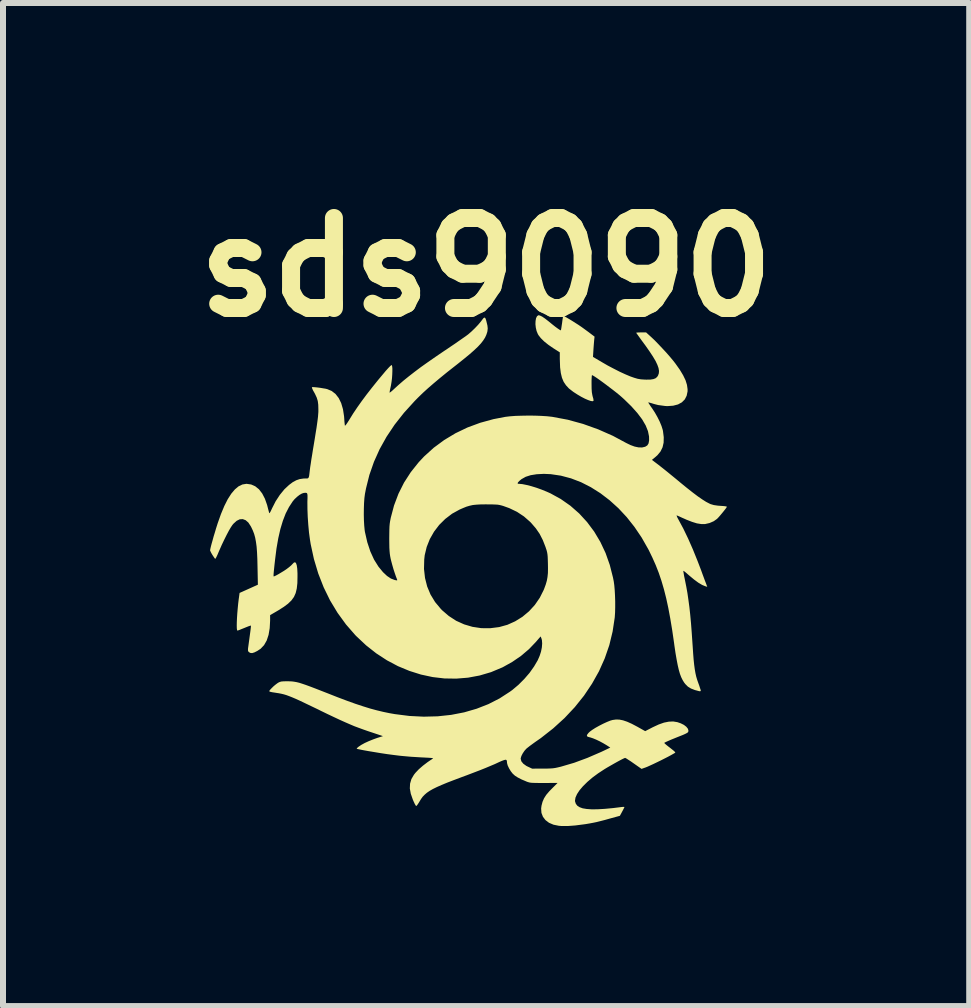
<source format=kicad_pcb>
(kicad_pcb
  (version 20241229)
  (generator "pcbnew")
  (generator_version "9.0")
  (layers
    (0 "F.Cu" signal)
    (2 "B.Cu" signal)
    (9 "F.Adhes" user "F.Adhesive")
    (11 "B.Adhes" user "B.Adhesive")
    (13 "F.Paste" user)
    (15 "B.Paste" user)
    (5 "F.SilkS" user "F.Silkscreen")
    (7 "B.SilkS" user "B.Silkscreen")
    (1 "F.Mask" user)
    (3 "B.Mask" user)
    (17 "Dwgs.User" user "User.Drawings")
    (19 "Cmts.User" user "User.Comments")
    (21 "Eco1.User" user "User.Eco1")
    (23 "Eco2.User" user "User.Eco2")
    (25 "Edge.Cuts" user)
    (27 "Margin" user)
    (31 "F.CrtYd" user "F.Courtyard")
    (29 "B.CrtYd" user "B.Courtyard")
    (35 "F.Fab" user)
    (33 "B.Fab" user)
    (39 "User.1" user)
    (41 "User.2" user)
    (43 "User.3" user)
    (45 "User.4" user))
  (footprint "sds9090"
    (layer "F.Cu")
    (at 5.05 6.382)
    (property "Reference" "sds9090" (at 0 -4.978 0) (layer "F.SilkS") (effects (font (size 1.5 1.5) (thickness 0.3))))
    (attr board_only exclude_from_pos_files exclude_from_bom)
    (fp_poly (pts (xy 0.895 -4.175) (xy 0.934 -4.156) (xy 0.984 -4.122) (xy 1.047 -4.073) (xy 1.049 -4.071) (xy 1.103 -4.027) (xy 1.151 -3.989) (xy 1.192 -3.959) (xy 1.223 -3.938) (xy 1.242 -3.928) (xy 1.245 -3.927) (xy 1.249 -3.94) (xy 1.254 -3.969) (xy 1.26 -4.01) (xy 1.266 -4.049) (xy 1.272 -4.097) (xy 1.278 -4.136) (xy 1.283 -4.162) (xy 1.285 -4.17) (xy 1.295 -4.166) (xy 1.32 -4.153) (xy 1.356 -4.132) (xy 1.4 -4.106) (xy 1.447 -4.077) (xy 1.494 -4.047) (xy 1.538 -4.019) (xy 1.575 -3.994) (xy 1.591 -3.983) (xy 1.627 -3.957) (xy 1.672 -3.924) (xy 1.717 -3.891) (xy 1.727 -3.883) (xy 1.807 -3.823) (xy 1.801 -3.768) (xy 1.798 -3.733) (xy 1.794 -3.684) (xy 1.79 -3.63) (xy 1.788 -3.599) (xy 1.781 -3.485) (xy 1.932 -3.396) (xy 2.029 -3.34) (xy 2.13 -3.287) (xy 2.228 -3.237) (xy 2.322 -3.194) (xy 2.405 -3.159) (xy 2.468 -3.137) (xy 2.526 -3.12) (xy 2.58 -3.111) (xy 2.641 -3.107) (xy 2.669 -3.106) (xy 2.738 -3.107) (xy 2.788 -3.115) (xy 2.824 -3.129) (xy 2.85 -3.152) (xy 2.865 -3.175) (xy 2.878 -3.211) (xy 2.881 -3.252) (xy 2.873 -3.299) (xy 2.854 -3.353) (xy 2.823 -3.418) (xy 2.779 -3.492) (xy 2.721 -3.58) (xy 2.65 -3.681) (xy 2.626 -3.713) (xy 2.587 -3.766) (xy 2.554 -3.812) (xy 2.527 -3.85) (xy 2.508 -3.876) (xy 2.501 -3.888) (xy 2.501 -3.888) (xy 2.511 -3.89) (xy 2.537 -3.892) (xy 2.575 -3.893) (xy 2.584 -3.893) (xy 2.666 -3.893) (xy 2.756 -3.811) (xy 2.809 -3.761) (xy 2.87 -3.698) (xy 2.936 -3.628) (xy 3.003 -3.556) (xy 3.065 -3.485) (xy 3.119 -3.42) (xy 3.154 -3.375) (xy 3.227 -3.272) (xy 3.283 -3.179) (xy 3.323 -3.096) (xy 3.347 -3.019) (xy 3.357 -2.948) (xy 3.357 -2.911) (xy 3.342 -2.838) (xy 3.311 -2.777) (xy 3.262 -2.728) (xy 3.198 -2.693) (xy 3.118 -2.672) (xy 3.023 -2.665) (xy 2.983 -2.667) (xy 2.866 -2.683) (xy 2.796 -2.701) (xy 2.755 -2.714) (xy 2.723 -2.723) (xy 2.704 -2.727) (xy 2.702 -2.727) (xy 2.706 -2.717) (xy 2.721 -2.694) (xy 2.743 -2.66) (xy 2.764 -2.631) (xy 2.81 -2.561) (xy 2.854 -2.484) (xy 2.893 -2.406) (xy 2.923 -2.333) (xy 2.943 -2.269) (xy 2.947 -2.251) (xy 2.96 -2.147) (xy 2.958 -2.056) (xy 2.94 -1.978) (xy 2.906 -1.909) (xy 2.855 -1.847) (xy 2.819 -1.815) (xy 2.763 -1.769) (xy 2.874 -1.685) (xy 2.912 -1.655) (xy 2.964 -1.614) (xy 3.025 -1.565) (xy 3.092 -1.51) (xy 3.162 -1.453) (xy 3.229 -1.397) (xy 3.343 -1.304) (xy 3.442 -1.226) (xy 3.528 -1.161) (xy 3.602 -1.11) (xy 3.665 -1.07) (xy 3.719 -1.042) (xy 3.74 -1.032) (xy 3.795 -1.016) (xy 3.864 -1.006) (xy 3.906 -1.003) (xy 3.951 -1) (xy 3.987 -0.996) (xy 4.008 -0.991) (xy 4.012 -0.989) (xy 4.006 -0.976) (xy 3.988 -0.951) (xy 3.962 -0.918) (xy 3.932 -0.881) (xy 3.901 -0.844) (xy 3.873 -0.812) (xy 3.85 -0.788) (xy 3.848 -0.786) (xy 3.793 -0.747) (xy 3.724 -0.717) (xy 3.65 -0.7) (xy 3.644 -0.7) (xy 3.583 -0.7) (xy 3.513 -0.711) (xy 3.432 -0.736) (xy 3.337 -0.773) (xy 3.311 -0.785) (xy 3.263 -0.806) (xy 3.222 -0.825) (xy 3.191 -0.838) (xy 3.176 -0.845) (xy 3.175 -0.839) (xy 3.182 -0.819) (xy 3.198 -0.787) (xy 3.207 -0.771) (xy 3.286 -0.624) (xy 3.366 -0.458) (xy 3.446 -0.276) (xy 3.524 -0.083) (xy 3.583 0.071) (xy 3.606 0.135) (xy 3.628 0.194) (xy 3.647 0.246) (xy 3.662 0.284) (xy 3.67 0.306) (xy 3.685 0.346) (xy 3.654 0.337) (xy 3.6 0.315) (xy 3.536 0.277) (xy 3.464 0.224) (xy 3.386 0.159) (xy 3.372 0.147) (xy 3.338 0.117) (xy 3.31 0.094) (xy 3.292 0.081) (xy 3.287 0.08) (xy 3.287 0.092) (xy 3.292 0.121) (xy 3.299 0.164) (xy 3.31 0.216) (xy 3.315 0.241) (xy 3.336 0.346) (xy 3.355 0.453) (xy 3.371 0.564) (xy 3.387 0.682) (xy 3.401 0.81) (xy 3.414 0.95) (xy 3.426 1.106) (xy 3.438 1.28) (xy 3.442 1.337) (xy 3.45 1.458) (xy 3.458 1.56) (xy 3.467 1.646) (xy 3.477 1.72) (xy 3.488 1.784) (xy 3.501 1.842) (xy 3.517 1.896) (xy 3.535 1.947) (xy 3.552 1.994) (xy 3.565 2.035) (xy 3.575 2.064) (xy 3.577 2.075) (xy 3.574 2.084) (xy 3.562 2.087) (xy 3.538 2.082) (xy 3.498 2.071) (xy 3.481 2.067) (xy 3.414 2.041) (xy 3.363 2.01) (xy 3.32 1.967) (xy 3.299 1.94) (xy 3.274 1.899) (xy 3.251 1.852) (xy 3.23 1.797) (xy 3.211 1.731) (xy 3.193 1.653) (xy 3.175 1.56) (xy 3.156 1.45) (xy 3.137 1.321) (xy 3.132 1.282) (xy 3.101 1.069) (xy 3.069 0.876) (xy 3.036 0.699) (xy 3.001 0.537) (xy 2.963 0.387) (xy 2.922 0.247) (xy 2.877 0.114) (xy 2.827 -0.014) (xy 2.771 -0.14) (xy 2.71 -0.266) (xy 2.698 -0.288) (xy 2.591 -0.476) (xy 2.472 -0.652) (xy 2.343 -0.815) (xy 2.205 -0.963) (xy 2.058 -1.096) (xy 1.905 -1.213) (xy 1.745 -1.314) (xy 1.582 -1.397) (xy 1.415 -1.461) (xy 1.246 -1.506) (xy 1.077 -1.531) (xy 0.962 -1.536) (xy 0.844 -1.53) (xy 0.743 -1.514) (xy 0.659 -1.487) (xy 0.59 -1.448) (xy 0.557 -1.421) (xy 0.532 -1.395) (xy 0.524 -1.379) (xy 0.533 -1.371) (xy 0.552 -1.37) (xy 0.605 -1.365) (xy 0.674 -1.351) (xy 0.753 -1.331) (xy 0.838 -1.305) (xy 0.924 -1.274) (xy 1.008 -1.24) (xy 1.071 -1.212) (xy 1.244 -1.117) (xy 1.404 -1.005) (xy 1.551 -0.876) (xy 1.683 -0.732) (xy 1.801 -0.574) (xy 1.904 -0.401) (xy 1.991 -0.216) (xy 2.061 -0.018) (xy 2.114 0.191) (xy 2.127 0.256) (xy 2.136 0.321) (xy 2.143 0.402) (xy 2.148 0.494) (xy 2.151 0.59) (xy 2.151 0.685) (xy 2.149 0.774) (xy 2.144 0.85) (xy 2.143 0.86) (xy 2.108 1.091) (xy 2.053 1.318) (xy 1.977 1.538) (xy 1.881 1.753) (xy 1.765 1.96) (xy 1.631 2.16) (xy 1.478 2.351) (xy 1.307 2.533) (xy 1.118 2.705) (xy 0.913 2.866) (xy 0.821 2.93) (xy 0.774 2.964) (xy 0.729 2.997) (xy 0.692 3.026) (xy 0.67 3.044) (xy 0.639 3.079) (xy 0.61 3.122) (xy 0.588 3.165) (xy 0.577 3.201) (xy 0.576 3.21) (xy 0.587 3.253) (xy 0.619 3.293) (xy 0.67 3.33) (xy 0.694 3.342) (xy 0.767 3.376) (xy 0.946 3.375) (xy 1.016 3.375) (xy 1.07 3.373) (xy 1.114 3.37) (xy 1.155 3.364) (xy 1.197 3.355) (xy 1.247 3.343) (xy 1.257 3.34) (xy 1.468 3.278) (xy 1.687 3.197) (xy 1.916 3.098) (xy 1.967 3.074) (xy 2.069 3.025) (xy 2.007 2.985) (xy 1.953 2.953) (xy 1.894 2.921) (xy 1.835 2.893) (xy 1.782 2.871) (xy 1.74 2.857) (xy 1.728 2.854) (xy 1.694 2.845) (xy 1.679 2.831) (xy 1.683 2.811) (xy 1.705 2.782) (xy 1.728 2.76) (xy 1.767 2.731) (xy 1.82 2.697) (xy 1.883 2.662) (xy 1.949 2.628) (xy 2.012 2.599) (xy 2.069 2.576) (xy 2.108 2.565) (xy 2.165 2.557) (xy 2.222 2.559) (xy 2.282 2.571) (xy 2.35 2.594) (xy 2.428 2.629) (xy 2.519 2.677) (xy 2.535 2.686) (xy 2.651 2.751) (xy 2.775 2.687) (xy 2.876 2.64) (xy 2.964 2.609) (xy 3.044 2.593) (xy 3.116 2.59) (xy 3.124 2.591) (xy 3.186 2.601) (xy 3.244 2.621) (xy 3.296 2.647) (xy 3.336 2.678) (xy 3.363 2.712) (xy 3.371 2.741) (xy 3.37 2.753) (xy 3.367 2.764) (xy 3.359 2.774) (xy 3.343 2.784) (xy 3.318 2.797) (xy 3.28 2.814) (xy 3.227 2.835) (xy 3.157 2.863) (xy 3.14 2.87) (xy 3.083 2.893) (xy 3.035 2.914) (xy 2.997 2.931) (xy 2.974 2.943) (xy 2.968 2.947) (xy 2.977 2.957) (xy 2.999 2.977) (xy 3.031 3.003) (xy 3.06 3.025) (xy 3.098 3.055) (xy 3.129 3.08) (xy 3.148 3.099) (xy 3.153 3.106) (xy 3.144 3.115) (xy 3.118 3.13) (xy 3.079 3.152) (xy 3.029 3.179) (xy 2.972 3.208) (xy 2.911 3.239) (xy 2.849 3.269) (xy 2.789 3.298) (xy 2.734 3.323) (xy 2.688 3.344) (xy 2.653 3.358) (xy 2.652 3.358) (xy 2.59 3.38) (xy 2.46 3.289) (xy 2.413 3.256) (xy 2.371 3.229) (xy 2.339 3.208) (xy 2.32 3.198) (xy 2.316 3.197) (xy 2.302 3.202) (xy 2.272 3.216) (xy 2.23 3.238) (xy 2.18 3.265) (xy 2.125 3.296) (xy 2.069 3.328) (xy 2.015 3.359) (xy 1.974 3.384) (xy 1.867 3.454) (xy 1.771 3.525) (xy 1.687 3.597) (xy 1.615 3.668) (xy 1.557 3.736) (xy 1.515 3.8) (xy 1.489 3.859) (xy 1.481 3.91) (xy 1.482 3.922) (xy 1.495 3.961) (xy 1.519 3.993) (xy 1.557 4.018) (xy 1.609 4.037) (xy 1.676 4.048) (xy 1.759 4.054) (xy 1.859 4.053) (xy 1.978 4.046) (xy 2.115 4.033) (xy 2.253 4.016) (xy 2.283 4.013) (xy 2.302 4.014) (xy 2.305 4.016) (xy 2.3 4.028) (xy 2.287 4.054) (xy 2.269 4.088) (xy 2.267 4.092) (xy 2.229 4.162) (xy 2.068 4.206) (xy 1.979 4.231) (xy 1.905 4.25) (xy 1.841 4.266) (xy 1.783 4.278) (xy 1.724 4.289) (xy 1.659 4.3) (xy 1.623 4.305) (xy 1.483 4.323) (xy 1.361 4.332) (xy 1.258 4.332) (xy 1.212 4.328) (xy 1.123 4.31) (xy 1.048 4.278) (xy 0.989 4.233) (xy 0.947 4.178) (xy 0.922 4.113) (xy 0.917 4.04) (xy 0.923 3.994) (xy 0.94 3.929) (xy 0.965 3.871) (xy 1.001 3.814) (xy 1.052 3.754) (xy 1.092 3.713) (xy 1.191 3.614) (xy 0.962 3.615) (xy 0.885 3.615) (xy 0.827 3.614) (xy 0.783 3.613) (xy 0.75 3.611) (xy 0.724 3.607) (xy 0.702 3.601) (xy 0.68 3.594) (xy 0.669 3.589) (xy 0.589 3.555) (xy 0.527 3.523) (xy 0.48 3.493) (xy 0.445 3.461) (xy 0.441 3.457) (xy 0.41 3.417) (xy 0.382 3.37) (xy 0.36 3.324) (xy 0.349 3.284) (xy 0.348 3.273) (xy 0.346 3.247) (xy 0.339 3.232) (xy 0.325 3.227) (xy 0.299 3.233) (xy 0.259 3.248) (xy 0.218 3.266) (xy 0.145 3.3) (xy 0.069 3.332) (xy -0.012 3.366) (xy -0.102 3.402) (xy -0.204 3.441) (xy -0.322 3.486) (xy -0.406 3.517) (xy -0.536 3.566) (xy -0.648 3.609) (xy -0.742 3.648) (xy -0.821 3.683) (xy -0.888 3.716) (xy -0.942 3.747) (xy -0.987 3.778) (xy -1.024 3.81) (xy -1.056 3.843) (xy -1.083 3.88) (xy -1.108 3.921) (xy -1.113 3.929) (xy -1.134 3.963) (xy -1.152 3.988) (xy -1.165 3.999) (xy -1.166 3.999) (xy -1.175 3.987) (xy -1.19 3.961) (xy -1.208 3.922) (xy -1.221 3.892) (xy -1.255 3.794) (xy -1.271 3.706) (xy -1.267 3.626) (xy -1.245 3.55) (xy -1.203 3.478) (xy -1.177 3.445) (xy -1.121 3.386) (xy -1.052 3.326) (xy -0.976 3.268) (xy -0.935 3.24) (xy -0.906 3.221) (xy -0.888 3.207) (xy -0.883 3.201) (xy -0.895 3.2) (xy -0.924 3.197) (xy -0.965 3.194) (xy -1.006 3.192) (xy -1.103 3.187) (xy -1.183 3.182) (xy -1.25 3.178) (xy -1.308 3.173) (xy -1.363 3.168) (xy -1.417 3.163) (xy -1.462 3.158) (xy -1.549 3.147) (xy -1.648 3.134) (xy -1.754 3.118) (xy -1.862 3.1) (xy -1.965 3.083) (xy -2.059 3.066) (xy -2.137 3.05) (xy -2.14 3.049) (xy -2.154 3.045) (xy -2.156 3.039) (xy -2.143 3.026) (xy -2.124 3.01) (xy -2.081 2.981) (xy -2.023 2.949) (xy -1.953 2.917) (xy -1.878 2.887) (xy -1.814 2.864) (xy -1.719 2.834) (xy -1.89 2.777) (xy -1.974 2.749) (xy -2.051 2.722) (xy -2.125 2.695) (xy -2.197 2.668) (xy -2.27 2.637) (xy -2.348 2.603) (xy -2.433 2.565) (xy -2.529 2.52) (xy -2.637 2.469) (xy -2.761 2.409) (xy -2.794 2.392) (xy -2.911 2.336) (xy -3.011 2.288) (xy -3.095 2.248) (xy -3.167 2.215) (xy -3.228 2.189) (xy -3.281 2.168) (xy -3.327 2.151) (xy -3.37 2.138) (xy -3.412 2.128) (xy -3.453 2.12) (xy -3.498 2.113) (xy -3.523 2.109) (xy -3.563 2.103) (xy -3.595 2.096) (xy -3.612 2.089) (xy -3.613 2.089) (xy -3.611 2.077) (xy -3.594 2.056) (xy -3.569 2.03) (xy -3.538 2) (xy -3.505 1.973) (xy -3.474 1.95) (xy -3.459 1.941) (xy -3.437 1.931) (xy -3.411 1.924) (xy -3.376 1.921) (xy -3.327 1.92) (xy -3.305 1.92) (xy -3.267 1.921) (xy -3.23 1.923) (xy -3.194 1.928) (xy -3.155 1.935) (xy -3.111 1.946) (xy -3.061 1.962) (xy -3.002 1.982) (xy -2.931 2.008) (xy -2.847 2.04) (xy -2.747 2.079) (xy -2.642 2.12) (xy -2.472 2.187) (xy -2.318 2.245) (xy -2.179 2.295) (xy -2.052 2.337) (xy -1.933 2.374) (xy -1.822 2.404) (xy -1.714 2.43) (xy -1.608 2.452) (xy -1.522 2.467) (xy -1.279 2.498) (xy -1.04 2.51) (xy -0.808 2.504) (xy -0.583 2.48) (xy -0.366 2.438) (xy -0.159 2.378) (xy 0.038 2.301) (xy 0.224 2.206) (xy 0.397 2.094) (xy 0.437 2.065) (xy 0.539 1.979) (xy 0.636 1.882) (xy 0.724 1.78) (xy 0.799 1.674) (xy 0.86 1.57) (xy 0.892 1.497) (xy 0.915 1.426) (xy 0.929 1.356) (xy 0.934 1.29) (xy 0.93 1.235) (xy 0.923 1.209) (xy 0.908 1.173) (xy 0.829 1.265) (xy 0.714 1.385) (xy 0.581 1.498) (xy 0.435 1.598) (xy 0.279 1.685) (xy 0.266 1.691) (xy 0.082 1.768) (xy -0.108 1.824) (xy -0.301 1.86) (xy -0.497 1.876) (xy -0.694 1.873) (xy -0.891 1.85) (xy -1.086 1.808) (xy -1.279 1.747) (xy -1.469 1.668) (xy -1.652 1.571) (xy -1.83 1.455) (xy -1.999 1.322) (xy -2.16 1.171) (xy -2.178 1.153) (xy -2.334 0.974) (xy -2.475 0.78) (xy -2.6 0.573) (xy -2.707 0.354) (xy -2.797 0.124) (xy -2.869 -0.116) (xy -2.923 -0.365) (xy -2.935 -0.439) (xy -2.951 -0.557) (xy -2.963 -0.686) (xy -2.972 -0.816) (xy -2.977 -0.942) (xy -2.978 -1.055) (xy -2.978 -1.075) (xy -2.976 -1.134) (xy -2.976 -1.175) (xy -2.979 -1.201) (xy -2.986 -1.215) (xy -3 -1.22) (xy -3.02 -1.22) (xy -3.039 -1.218) (xy -3.07 -1.208) (xy -3.11 -1.185) (xy -3.152 -1.152) (xy -3.193 -1.113) (xy -3.223 -1.077) (xy -3.285 -0.982) (xy -3.34 -0.875) (xy -3.387 -0.753) (xy -3.428 -0.617) (xy -3.463 -0.464) (xy -3.493 -0.292) (xy -3.516 -0.109) (xy -3.526 -0.022) (xy -3.533 0.046) (xy -3.538 0.096) (xy -3.541 0.132) (xy -3.542 0.155) (xy -3.541 0.168) (xy -3.539 0.174) (xy -3.538 0.174) (xy -3.523 0.168) (xy -3.494 0.154) (xy -3.456 0.133) (xy -3.413 0.107) (xy -3.37 0.081) (xy -3.331 0.055) (xy -3.32 0.047) (xy -3.283 0.019) (xy -3.249 -0.01) (xy -3.226 -0.034) (xy -3.226 -0.034) (xy -3.202 -0.058) (xy -3.182 -0.063) (xy -3.167 -0.047) (xy -3.155 -0.012) (xy -3.147 0.044) (xy -3.143 0.121) (xy -3.143 0.179) (xy -3.145 0.285) (xy -3.155 0.375) (xy -3.173 0.45) (xy -3.202 0.515) (xy -3.244 0.573) (xy -3.301 0.628) (xy -3.374 0.682) (xy -3.465 0.74) (xy -3.472 0.744) (xy -3.599 0.818) (xy -3.599 0.907) (xy -3.606 1.035) (xy -3.625 1.147) (xy -3.656 1.241) (xy -3.7 1.318) (xy -3.757 1.378) (xy -3.813 1.415) (xy -3.861 1.439) (xy -3.897 1.45) (xy -3.924 1.449) (xy -3.947 1.438) (xy -3.948 1.437) (xy -3.96 1.426) (xy -3.966 1.416) (xy -3.968 1.399) (xy -3.967 1.372) (xy -3.961 1.33) (xy -3.959 1.314) (xy -3.946 1.22) (xy -3.936 1.145) (xy -3.928 1.087) (xy -3.923 1.045) (xy -3.92 1.017) (xy -3.919 1) (xy -3.919 0.992) (xy -3.919 0.992) (xy -3.93 0.994) (xy -3.957 1.003) (xy -3.995 1.018) (xy -4.029 1.032) (xy -4.074 1.05) (xy -4.111 1.065) (xy -4.136 1.074) (xy -4.144 1.076) (xy -4.15 1.066) (xy -4.154 1.037) (xy -4.155 0.992) (xy -4.154 0.934) (xy -4.151 0.865) (xy -4.146 0.789) (xy -4.139 0.707) (xy -4.131 0.624) (xy -4.121 0.542) (xy -4.12 0.537) (xy -4.108 0.448) (xy -3.956 0.38) (xy -3.803 0.311) (xy -3.809 0.012) (xy -3.812 -0.118) (xy -3.817 -0.228) (xy -3.824 -0.322) (xy -3.835 -0.403) (xy -3.848 -0.473) (xy -3.865 -0.535) (xy -3.887 -0.592) (xy -3.913 -0.647) (xy -3.922 -0.664) (xy -3.962 -0.725) (xy -4.007 -0.764) (xy -4.055 -0.782) (xy -4.105 -0.779) (xy -4.156 -0.754) (xy -4.208 -0.707) (xy -4.226 -0.686) (xy -4.253 -0.646) (xy -4.286 -0.59) (xy -4.323 -0.52) (xy -4.363 -0.44) (xy -4.405 -0.352) (xy -4.445 -0.261) (xy -4.458 -0.231) (xy -4.477 -0.186) (xy -4.494 -0.15) (xy -4.507 -0.127) (xy -4.513 -0.12) (xy -4.522 -0.128) (xy -4.538 -0.151) (xy -4.558 -0.181) (xy -4.577 -0.213) (xy -4.591 -0.241) (xy -4.599 -0.26) (xy -4.599 -0.263) (xy -4.596 -0.282) (xy -4.588 -0.318) (xy -4.575 -0.368) (xy -4.558 -0.428) (xy -4.54 -0.494) (xy -4.519 -0.562) (xy -4.499 -0.63) (xy -4.479 -0.693) (xy -4.473 -0.712) (xy -4.418 -0.867) (xy -4.362 -1.001) (xy -4.305 -1.114) (xy -4.246 -1.206) (xy -4.186 -1.277) (xy -4.125 -1.328) (xy -4.061 -1.359) (xy -3.995 -1.37) (xy -3.99 -1.37) (xy -3.915 -1.359) (xy -3.847 -1.329) (xy -3.785 -1.279) (xy -3.731 -1.209) (xy -3.686 -1.122) (xy -3.649 -1.017) (xy -3.642 -0.989) (xy -3.631 -0.946) (xy -3.621 -0.909) (xy -3.615 -0.885) (xy -3.614 -0.881) (xy -3.608 -0.883) (xy -3.595 -0.902) (xy -3.579 -0.935) (xy -3.566 -0.963) (xy -3.507 -1.079) (xy -3.437 -1.186) (xy -3.361 -1.279) (xy -3.284 -1.351) (xy -3.22 -1.399) (xy -3.162 -1.43) (xy -3.106 -1.449) (xy -3.044 -1.458) (xy -3.019 -1.459) (xy -2.993 -1.459) (xy -2.975 -1.46) (xy -2.963 -1.467) (xy -2.954 -1.482) (xy -2.948 -1.509) (xy -2.943 -1.55) (xy -2.936 -1.609) (xy -2.931 -1.649) (xy -2.922 -1.705) (xy -2.912 -1.775) (xy -2.899 -1.853) (xy -2.886 -1.936) (xy -2.875 -2.001) (xy -2.855 -2.122) (xy -2.839 -2.223) (xy -2.825 -2.309) (xy -2.815 -2.38) (xy -2.807 -2.439) (xy -2.801 -2.489) (xy -2.798 -2.531) (xy -2.795 -2.569) (xy -2.795 -2.605) (xy -2.795 -2.612) (xy -2.797 -2.688) (xy -2.805 -2.75) (xy -2.822 -2.806) (xy -2.848 -2.862) (xy -2.864 -2.892) (xy -2.885 -2.929) (xy -2.898 -2.959) (xy -2.903 -2.977) (xy -2.902 -2.98) (xy -2.887 -2.982) (xy -2.856 -2.98) (xy -2.814 -2.976) (xy -2.766 -2.97) (xy -2.719 -2.962) (xy -2.676 -2.955) (xy -2.647 -2.948) (xy -2.573 -2.917) (xy -2.509 -2.867) (xy -2.456 -2.799) (xy -2.415 -2.715) (xy -2.385 -2.613) (xy -2.367 -2.496) (xy -2.364 -2.458) (xy -2.361 -2.411) (xy -2.357 -2.372) (xy -2.354 -2.346) (xy -2.353 -2.339) (xy -2.346 -2.342) (xy -2.33 -2.361) (xy -2.308 -2.393) (xy -2.282 -2.434) (xy -2.277 -2.442) (xy -2.214 -2.544) (xy -2.146 -2.645) (xy -2.073 -2.748) (xy -1.992 -2.857) (xy -1.9 -2.975) (xy -1.797 -3.103) (xy -1.73 -3.183) (xy -1.674 -3.25) (xy -1.629 -3.3) (xy -1.597 -3.333) (xy -1.578 -3.348) (xy -1.572 -3.349) (xy -1.566 -3.331) (xy -1.562 -3.296) (xy -1.562 -3.248) (xy -1.564 -3.192) (xy -1.568 -3.132) (xy -1.575 -3.073) (xy -1.584 -3.019) (xy -1.586 -3.007) (xy -1.596 -2.961) (xy -1.604 -2.923) (xy -1.608 -2.897) (xy -1.609 -2.889) (xy -1.602 -2.892) (xy -1.583 -2.906) (xy -1.554 -2.931) (xy -1.537 -2.947) (xy -1.458 -3.019) (xy -1.376 -3.09) (xy -1.288 -3.161) (xy -1.193 -3.235) (xy -1.088 -3.314) (xy -0.971 -3.397) (xy -0.84 -3.488) (xy -0.693 -3.588) (xy -0.668 -3.604) (xy -0.592 -3.656) (xy -0.519 -3.705) (xy -0.452 -3.752) (xy -0.393 -3.793) (xy -0.344 -3.827) (xy -0.31 -3.852) (xy -0.298 -3.861) (xy -0.244 -3.908) (xy -0.186 -3.964) (xy -0.131 -4.022) (xy -0.085 -4.077) (xy -0.07 -4.097) (xy -0.049 -4.125) (xy -0.033 -4.139) (xy -0.019 -4.138) (xy -0.008 -4.121) (xy 0.003 -4.086) (xy 0.016 -4.032) (xy 0.022 -4.007) (xy 0.027 -3.959) (xy 0.022 -3.913) (xy 0.018 -3.896) (xy 0.003 -3.851) (xy -0.018 -3.806) (xy -0.048 -3.759) (xy -0.086 -3.71) (xy -0.136 -3.656) (xy -0.198 -3.597) (xy -0.273 -3.531) (xy -0.364 -3.456) (xy -0.47 -3.371) (xy -0.512 -3.338) (xy -0.647 -3.232) (xy -0.766 -3.135) (xy -0.872 -3.046) (xy -0.968 -2.963) (xy -1.055 -2.884) (xy -1.136 -2.805) (xy -1.191 -2.749) (xy -1.368 -2.554) (xy -1.524 -2.356) (xy -1.659 -2.154) (xy -1.774 -1.948) (xy -1.869 -1.736) (xy -1.945 -1.518) (xy -2.001 -1.294) (xy -2.019 -1.201) (xy -2.028 -1.132) (xy -2.034 -1.048) (xy -2.037 -0.955) (xy -2.038 -0.858) (xy -2.036 -0.763) (xy -2.031 -0.675) (xy -2.024 -0.601) (xy -2.019 -0.568) (xy -1.98 -0.397) (xy -1.929 -0.243) (xy -1.867 -0.107) (xy -1.793 0.011) (xy -1.718 0.102) (xy -1.651 0.165) (xy -1.587 0.208) (xy -1.525 0.232) (xy -1.511 0.235) (xy -1.488 0.239) (xy -1.48 0.235) (xy -1.484 0.222) (xy -1.502 0.176) (xy -1.523 0.115) (xy -1.545 0.048) (xy -1.035 0.048) (xy -1.018 0.199) (xy -0.982 0.341) (xy -0.926 0.475) (xy -0.85 0.6) (xy -0.754 0.715) (xy -0.735 0.735) (xy -0.622 0.832) (xy -0.499 0.912) (xy -0.366 0.972) (xy -0.227 1.013) (xy -0.081 1.035) (xy 0.068 1.036) (xy 0.218 1.017) (xy 0.355 0.979) (xy 0.484 0.921) (xy 0.605 0.846) (xy 0.715 0.754) (xy 0.812 0.648) (xy 0.894 0.529) (xy 0.959 0.4) (xy 0.969 0.375) (xy 0.994 0.307) (xy 1.012 0.244) (xy 1.023 0.183) (xy 1.03 0.116) (xy 1.031 0.038) (xy 1.03 -0.038) (xy 1.028 -0.106) (xy 1.026 -0.157) (xy 1.022 -0.197) (xy 1.016 -0.232) (xy 1.007 -0.266) (xy 0.994 -0.304) (xy 0.992 -0.312) (xy 0.945 -0.432) (xy 0.892 -0.536) (xy 0.828 -0.629) (xy 0.751 -0.718) (xy 0.735 -0.735) (xy 0.63 -0.827) (xy 0.515 -0.903) (xy 0.386 -0.965) (xy 0.283 -1.002) (xy 0.251 -1.011) (xy 0.222 -1.018) (xy 0.19 -1.023) (xy 0.151 -1.025) (xy 0.102 -1.027) (xy 0.037 -1.027) (xy 0 -1.028) (xy -0.088 -1.027) (xy -0.159 -1.023) (xy -0.22 -1.017) (xy -0.274 -1.005) (xy -0.328 -0.989) (xy -0.387 -0.965) (xy -0.442 -0.941) (xy -0.567 -0.872) (xy -0.681 -0.785) (xy -0.782 -0.685) (xy -0.868 -0.572) (xy -0.938 -0.449) (xy -0.99 -0.318) (xy -1.023 -0.181) (xy -1.031 -0.11) (xy -1.035 0.048) (xy -1.545 0.048) (xy -1.545 0.047) (xy -1.565 -0.023) (xy -1.582 -0.087) (xy -1.591 -0.124) (xy -1.599 -0.166) (xy -1.605 -0.208) (xy -1.609 -0.253) (xy -1.612 -0.305) (xy -1.613 -0.369) (xy -1.614 -0.45) (xy -1.614 -0.462) (xy -1.613 -0.544) (xy -1.612 -0.609) (xy -1.61 -0.661) (xy -1.606 -0.706) (xy -1.6 -0.746) (xy -1.592 -0.787) (xy -1.589 -0.803) (xy -1.534 -1.01) (xy -1.46 -1.206) (xy -1.367 -1.391) (xy -1.254 -1.566) (xy -1.123 -1.73) (xy -1.033 -1.826) (xy -0.873 -1.971) (xy -0.698 -2.1) (xy -0.51 -2.213) (xy -0.31 -2.309) (xy -0.099 -2.387) (xy 0.123 -2.448) (xy 0.321 -2.486) (xy 0.397 -2.495) (xy 0.49 -2.502) (xy 0.594 -2.505) (xy 0.704 -2.507) (xy 0.815 -2.506) (xy 0.92 -2.502) (xy 1.016 -2.496) (xy 1.097 -2.487) (xy 1.104 -2.486) (xy 1.361 -2.438) (xy 1.616 -2.368) (xy 1.867 -2.278) (xy 2.112 -2.17) (xy 2.332 -2.052) (xy 2.403 -2.017) (xy 2.474 -1.991) (xy 2.541 -1.977) (xy 2.598 -1.976) (xy 2.6 -1.976) (xy 2.651 -1.988) (xy 2.686 -2.01) (xy 2.707 -2.044) (xy 2.716 -2.093) (xy 2.715 -2.159) (xy 2.715 -2.159) (xy 2.697 -2.248) (xy 2.659 -2.343) (xy 2.6 -2.444) (xy 2.52 -2.55) (xy 2.42 -2.662) (xy 2.3 -2.779) (xy 2.259 -2.816) (xy 2.22 -2.85) (xy 2.172 -2.889) (xy 2.117 -2.932) (xy 2.059 -2.976) (xy 2 -3.021) (xy 1.942 -3.064) (xy 1.888 -3.103) (xy 1.841 -3.136) (xy 1.803 -3.161) (xy 1.776 -3.177) (xy 1.764 -3.181) (xy 1.764 -3.181) (xy 1.761 -3.168) (xy 1.759 -3.137) (xy 1.757 -3.093) (xy 1.757 -3.041) (xy 1.757 -3.03) (xy 1.758 -2.954) (xy 1.762 -2.896) (xy 1.77 -2.85) (xy 1.776 -2.824) (xy 1.786 -2.79) (xy 1.79 -2.763) (xy 1.789 -2.752) (xy 1.773 -2.746) (xy 1.742 -2.751) (xy 1.699 -2.766) (xy 1.646 -2.789) (xy 1.586 -2.82) (xy 1.523 -2.857) (xy 1.458 -2.899) (xy 1.443 -2.91) (xy 1.38 -2.959) (xy 1.331 -3.012) (xy 1.292 -3.07) (xy 1.264 -3.137) (xy 1.245 -3.216) (xy 1.233 -3.31) (xy 1.229 -3.422) (xy 1.228 -3.452) (xy 1.228 -3.561) (xy 1.118 -3.631) (xy 1.038 -3.686) (xy 0.968 -3.742) (xy 0.912 -3.797) (xy 0.873 -3.847) (xy 0.862 -3.866) (xy 0.841 -3.917) (xy 0.828 -3.974) (xy 0.822 -4.03) (xy 0.824 -4.083) (xy 0.832 -4.129) (xy 0.848 -4.162) (xy 0.87 -4.179) (xy 0.87 -4.179)) (stroke (width 0) (type solid)) (fill yes) (layer "F.SilkS")))
  (gr_rect
    (start -3 -3)
    (end 13.1 13.714)
    (stroke (width 0.1) (type default))
    (fill no)
    (layer "Edge.Cuts")))
</source>
